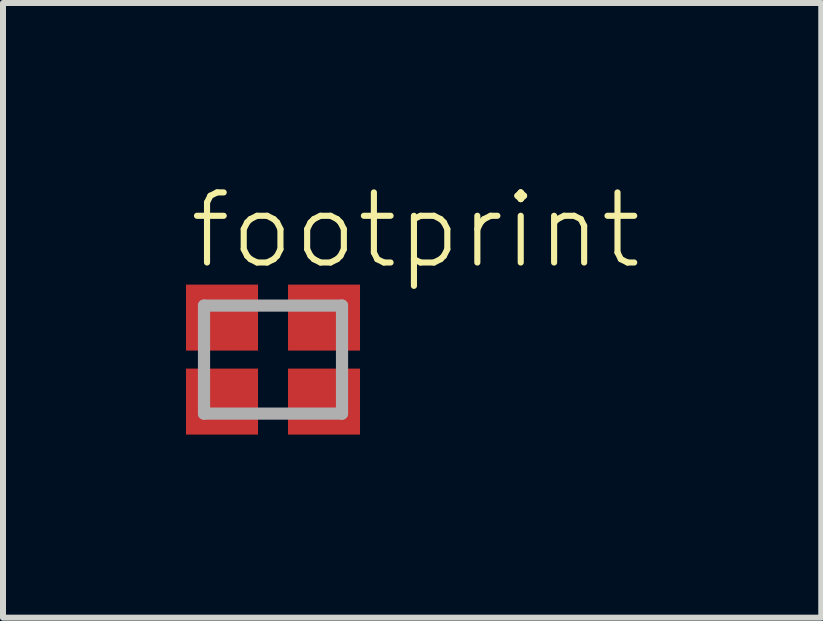
<source format=kicad_pcb>
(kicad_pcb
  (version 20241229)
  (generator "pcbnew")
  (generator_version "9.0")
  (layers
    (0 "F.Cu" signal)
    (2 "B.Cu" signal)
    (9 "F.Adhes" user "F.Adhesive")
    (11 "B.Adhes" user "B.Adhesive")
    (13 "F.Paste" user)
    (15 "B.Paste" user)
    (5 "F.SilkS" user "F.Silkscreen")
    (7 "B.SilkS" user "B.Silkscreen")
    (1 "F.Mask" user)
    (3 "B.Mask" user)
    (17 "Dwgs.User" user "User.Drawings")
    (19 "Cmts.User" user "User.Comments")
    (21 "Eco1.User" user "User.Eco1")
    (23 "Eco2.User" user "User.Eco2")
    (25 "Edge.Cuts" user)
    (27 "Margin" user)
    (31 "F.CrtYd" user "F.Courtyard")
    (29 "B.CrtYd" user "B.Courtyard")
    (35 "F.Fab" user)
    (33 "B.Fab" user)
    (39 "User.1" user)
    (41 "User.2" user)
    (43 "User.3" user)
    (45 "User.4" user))
  (footprint "footprint"
    (layer "F.Cu")
    (at 1.5 2.943)
    (property "Reference" "footprint" (at -1.445 -1.47 0) (layer "F.SilkS") (effects (font (size 1.168 1.168) (thickness 0.102)) (justify left bottom)))
    (fp_poly (pts (xy -1.5 -0.1) (xy -0.2 -0.1) (xy -0.2 -1.3) (xy -1.5 -1.3)) (stroke (width 0) (type solid)) (fill yes) (layer "F.Mask"))
    (fp_poly (pts (xy -1.5 1.3) (xy -0.2 1.3) (xy -0.2 0.1) (xy -1.5 0.1)) (stroke (width 0) (type solid)) (fill yes) (layer "F.Mask"))
    (fp_poly (pts (xy 0.2 -0.1) (xy 1.5 -0.1) (xy 1.5 -1.3) (xy 0.2 -1.3)) (stroke (width 0) (type solid)) (fill yes) (layer "F.Mask"))
    (fp_poly (pts (xy 1.5 1.3) (xy 0.2 1.3) (xy 0.2 0.439) (xy 0.539 0.1) (xy 1.5 0.1)) (stroke (width 0) (type solid)) (fill yes) (layer "F.Mask"))
    (fp_poly (pts (xy -1.4 -0.2) (xy -0.3 -0.2) (xy -0.3 -1.2) (xy -1.4 -1.2)) (stroke (width 0) (type solid)) (fill yes) (layer "F.Paste"))
    (fp_poly (pts (xy -1.4 1.2) (xy -0.3 1.2) (xy -0.3 0.2) (xy -1.4 0.2)) (stroke (width 0) (type solid)) (fill yes) (layer "F.Paste"))
    (fp_poly (pts (xy 0.3 -0.2) (xy 1.4 -0.2) (xy 1.4 -1.2) (xy 0.3 -1.2)) (stroke (width 0) (type solid)) (fill yes) (layer "F.Paste"))
    (fp_poly (pts (xy 1.4 1.2) (xy 0.3 1.2) (xy 0.3 0.464) (xy 0.564 0.2) (xy 1.4 0.2)) (stroke (width 0) (type solid)) (fill yes) (layer "F.Paste"))
    (fp_line (start -1.15 -0.9) (end 1.15 -0.9) (stroke (width 0.203) (type solid)) (layer "F.Fab"))
    (fp_line (start -1.15 0.9) (end -1.15 -0.9) (stroke (width 0.203) (type solid)) (layer "F.Fab"))
    (fp_line (start 1.15 -0.9) (end 1.15 0.9) (stroke (width 0.203) (type solid)) (layer "F.Fab"))
    (fp_line (start 1.15 0.9) (end -1.15 0.9) (stroke (width 0.203) (type solid)) (layer "F.Fab"))
    (pad "1" smd rect (at -0.85 0.7) (size 1.2 1.1) (layers "F.Cu"))
    (pad "2" smd rect (at 0.85 0.7) (size 1.2 1.1) (layers "F.Cu"))
    (pad "3" smd rect (at 0.85 -0.7 180) (size 1.2 1.1) (layers "F.Cu"))
    (pad "4" smd rect (at -0.85 -0.7 180) (size 1.2 1.1) (layers "F.Cu")))
  (gr_rect
    (start -3 -3)
    (end 10.637 7.244)
    (stroke (width 0.1) (type default))
    (fill no)
    (layer "Edge.Cuts")))
</source>
